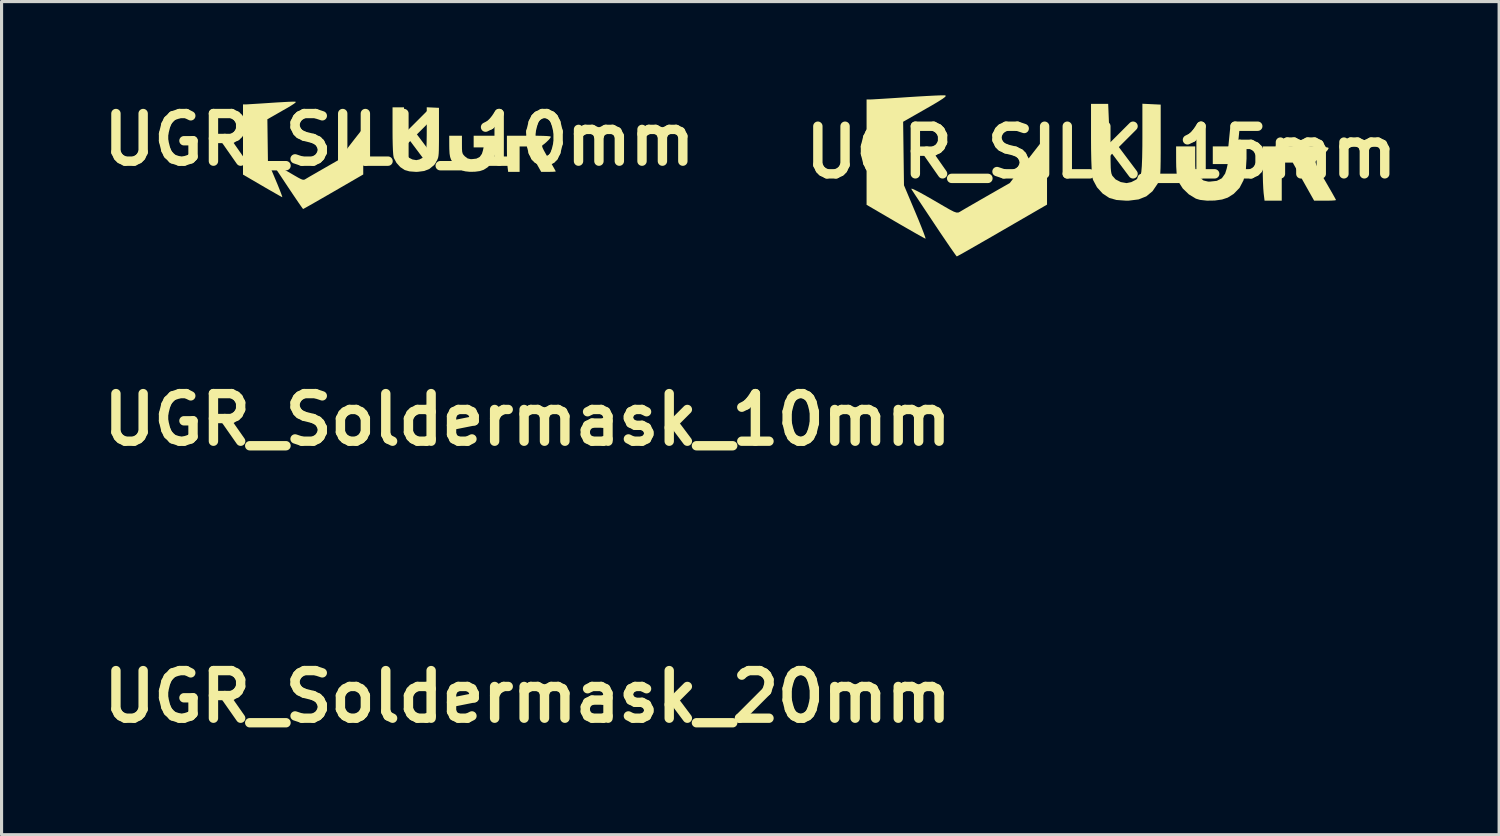
<source format=kicad_pcb>
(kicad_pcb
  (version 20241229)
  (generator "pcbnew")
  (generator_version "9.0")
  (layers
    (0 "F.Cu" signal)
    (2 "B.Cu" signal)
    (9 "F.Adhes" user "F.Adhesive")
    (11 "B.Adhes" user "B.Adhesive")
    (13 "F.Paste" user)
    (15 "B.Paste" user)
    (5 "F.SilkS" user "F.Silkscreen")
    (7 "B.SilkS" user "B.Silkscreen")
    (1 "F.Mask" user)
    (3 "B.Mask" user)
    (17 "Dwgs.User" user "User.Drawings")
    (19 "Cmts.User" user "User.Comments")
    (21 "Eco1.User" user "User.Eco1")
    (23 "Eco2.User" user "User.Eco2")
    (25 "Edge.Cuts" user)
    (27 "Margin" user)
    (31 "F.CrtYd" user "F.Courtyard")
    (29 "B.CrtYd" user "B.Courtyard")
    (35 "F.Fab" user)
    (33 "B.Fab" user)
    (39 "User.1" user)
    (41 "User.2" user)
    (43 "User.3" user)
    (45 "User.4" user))
  (footprint "UGR_Soldermask_10mm"
    (layer "F.Cu")
    (at 13.832 10.381)
    (property "Reference" "UGR_Soldermask_10mm" (at 0 0 0) (layer "F.SilkS") (effects (font (size 1.524 1.524) (thickness 0.3))))
    (attr board_only exclude_from_pos_files exclude_from_bom)
    (fp_poly (pts (xy 3.98 -1.027) (xy 4.179 -1.023) (xy 4.326 -1.017) (xy 4.431 -1.01) (xy 4.507 -0.999) (xy 4.562 -0.983) (xy 4.609 -0.961) (xy 4.636 -0.945) (xy 4.773 -0.824) (xy 4.866 -0.664) (xy 4.896 -0.555) (xy 4.918 -0.438) (xy 4.715 -0.438) (xy 4.604 -0.44) (xy 4.541 -0.449) (xy 4.509 -0.47) (xy 4.493 -0.51) (xy 4.491 -0.517) (xy 4.458 -0.581) (xy 4.391 -0.623) (xy 4.281 -0.648) (xy 4.119 -0.657) (xy 4.08 -0.657) (xy 3.848 -0.657) (xy 3.848 -0.438) (xy 3.441 -0.438) (xy 3.441 -1.037)) (stroke (width 0) (type solid)) (fill yes) (layer "F.Mask"))
    (fp_poly (pts (xy -2.395 -1.825) (xy -2.189 -1.706) (xy -1.984 -1.588) (xy -1.792 -1.478) (xy -1.624 -1.381) (xy -1.492 -1.305) (xy -1.435 -1.272) (xy -1.164 -1.117) (xy -1.391 -0.645) (xy -1.482 -0.455) (xy -1.579 -0.257) (xy -1.672 -0.068) (xy -1.751 0.091) (xy -1.776 0.141) (xy -1.936 0.454) (xy -1.938 -0.099) (xy -1.939 -0.652) (xy -2.512 -0.982) (xy -3.085 -1.313) (xy -3.678 -1.392) (xy -3.865 -1.417) (xy -4.033 -1.44) (xy -4.171 -1.459) (xy -4.268 -1.472) (xy -4.314 -1.479) (xy -4.315 -1.479) (xy -4.302 -1.495) (xy -4.241 -1.539) (xy -4.14 -1.604) (xy -4.005 -1.688) (xy -3.843 -1.785) (xy -3.723 -1.855) (xy -3.086 -2.223)) (stroke (width 0) (type solid)) (fill yes) (layer "F.Mask"))
    (fp_poly (pts (xy 2.448 -1.024) (xy 2.607 -0.988) (xy 2.747 -0.912) (xy 2.821 -0.851) (xy 2.945 -0.718) (xy 3.025 -0.575) (xy 3.048 -0.508) (xy 3.056 -0.471) (xy 3.043 -0.449) (xy 2.996 -0.44) (xy 2.901 -0.438) (xy 2.867 -0.438) (xy 2.752 -0.441) (xy 2.677 -0.454) (xy 2.621 -0.485) (xy 2.57 -0.532) (xy 2.494 -0.594) (xy 2.415 -0.621) (xy 2.33 -0.626) (xy 2.225 -0.617) (xy 2.15 -0.583) (xy 2.091 -0.532) (xy 2.033 -0.48) (xy 1.975 -0.452) (xy 1.897 -0.44) (xy 1.794 -0.438) (xy 1.685 -0.439) (xy 1.627 -0.446) (xy 1.605 -0.464) (xy 1.609 -0.496) (xy 1.612 -0.508) (xy 1.69 -0.683) (xy 1.806 -0.838) (xy 1.902 -0.92) (xy 1.993 -0.976) (xy 2.084 -1.008) (xy 2.202 -1.024) (xy 2.251 -1.027)) (stroke (width 0) (type solid)) (fill yes) (layer "F.Mask")))
  (footprint "UGR_SILK_15mm"
    (layer "F.Cu")
    (at 32.196 1.824)
    (property "Reference" "UGR_SILK_15mm" (at 0 0 0) (layer "F.SilkS") (effects (font (size 1.524 1.524) (thickness 0.3))))
    (attr board_only exclude_from_pos_files exclude_from_bom)
    (fp_poly (pts (xy -5.002 -1.822) (xy -4.975 -1.808) (xy -4.998 -1.773) (xy -5.077 -1.713) (xy -5.22 -1.622) (xy -5.434 -1.495) (xy -5.613 -1.393) (xy -6.342 -0.977) (xy -6.315 1.056) (xy -5.954 1.913) (xy -5.845 2.174) (xy -5.753 2.403) (xy -5.682 2.586) (xy -5.637 2.711) (xy -5.624 2.765) (xy -5.625 2.766) (xy -5.673 2.742) (xy -5.791 2.678) (xy -5.965 2.579) (xy -6.185 2.453) (xy -6.439 2.307) (xy -6.585 2.222) (xy -7.512 1.681) (xy -7.512 -1.69) (xy -7.407 -1.69) (xy -7.331 -1.693) (xy -7.177 -1.702) (xy -6.958 -1.715) (xy -6.689 -1.732) (xy -6.386 -1.752) (xy -6.21 -1.764) (xy -5.893 -1.784) (xy -5.602 -1.801) (xy -5.352 -1.814) (xy -5.158 -1.822) (xy -5.034 -1.824)) (stroke (width 0) (type solid)) (fill yes) (layer "F.SilkS"))
    (fp_poly (pts (xy 3.005 0.238) (xy 3.006 0.442) (xy 3.015 0.577) (xy 3.038 0.666) (xy 3.079 0.734) (xy 3.142 0.802) (xy 3.271 0.902) (xy 3.416 0.937) (xy 3.468 0.939) (xy 3.698 0.914) (xy 3.858 0.831) (xy 3.963 0.682) (xy 4.012 0.527) (xy 4.045 0.376) (xy 3.568 0.376) (xy 3.568 -0.188) (xy 4.648 -0.188) (xy 4.648 0.203) (xy 4.625 0.584) (xy 4.552 0.893) (xy 4.424 1.139) (xy 4.237 1.331) (xy 4.046 1.451) (xy 3.865 1.511) (xy 3.631 1.544) (xy 3.383 1.548) (xy 3.158 1.523) (xy 3.028 1.484) (xy 2.803 1.347) (xy 2.608 1.159) (xy 2.483 0.964) (xy 2.438 0.837) (xy 2.411 0.677) (xy 2.398 0.462) (xy 2.395 0.293) (xy 2.394 -0.188) (xy 3.005 -0.188)) (stroke (width 0) (type solid)) (fill yes) (layer "F.SilkS"))
    (fp_poly (pts (xy 6.603 -0.186) (xy 6.895 -0.181) (xy 7.101 -0.171) (xy 7.227 -0.158) (xy 7.276 -0.14) (xy 7.277 -0.136) (xy 7.245 -0.074) (xy 7.162 0.022) (xy 7.055 0.128) (xy 6.945 0.22) (xy 6.889 0.258) (xy 6.862 0.284) (xy 6.858 0.327) (xy 6.881 0.401) (xy 6.939 0.518) (xy 7.034 0.691) (xy 7.16 0.907) (xy 7.283 1.12) (xy 7.388 1.302) (xy 7.465 1.439) (xy 7.507 1.517) (xy 7.512 1.529) (xy 7.469 1.539) (xy 7.355 1.546) (xy 7.193 1.549) (xy 7.162 1.549) (xy 6.812 1.549) (xy 6.469 0.939) (xy 6.127 0.329) (xy 5.951 0.329) (xy 5.775 0.329) (xy 5.775 1.549) (xy 5.225 1.549) (xy 5.195 1.303) (xy 5.184 1.16) (xy 5.174 0.951) (xy 5.168 0.703) (xy 5.165 0.444) (xy 5.165 0.434) (xy 5.165 -0.188) (xy 6.221 -0.188)) (stroke (width 0) (type solid)) (fill yes) (layer "F.SilkS"))
    (fp_poly (pts (xy -1.752 -0.472) (xy -1.747 -0.346) (xy -1.742 -0.152) (xy -1.739 0.096) (xy -1.737 0.386) (xy -1.737 0.579) (xy -1.737 1.675) (xy -3.17 2.504) (xy -3.503 2.697) (xy -3.81 2.873) (xy -4.081 3.029) (xy -4.308 3.158) (xy -4.48 3.255) (xy -4.589 3.315) (xy -4.625 3.333) (xy -4.656 3.296) (xy -4.731 3.19) (xy -4.845 3.027) (xy -4.989 2.815) (xy -5.158 2.566) (xy -5.343 2.289) (xy -5.343 2.289) (xy -5.53 2.008) (xy -5.701 1.751) (xy -5.849 1.528) (xy -5.966 1.351) (xy -6.045 1.23) (xy -6.079 1.177) (xy -6.07 1.162) (xy -6 1.188) (xy -5.865 1.255) (xy -5.661 1.366) (xy -5.384 1.524) (xy -5.048 1.72) (xy -4.854 1.831) (xy -4.722 1.899) (xy -4.635 1.929) (xy -4.575 1.928) (xy -4.531 1.907) (xy -4.461 1.865) (xy -4.325 1.785) (xy -4.136 1.676) (xy -3.911 1.546) (xy -3.683 1.415) (xy -2.928 0.983) (xy -2.354 0.233) (xy -2.178 0.006) (xy -2.022 -0.194) (xy -1.895 -0.355) (xy -1.804 -0.466) (xy -1.76 -0.515) (xy -1.758 -0.516)) (stroke (width 0) (type solid)) (fill yes) (layer "F.SilkS"))
    (fp_poly (pts (xy 1.901 -1.526) (xy 1.901 -0.352) (xy 1.901 0.012) (xy 1.899 0.295) (xy 1.895 0.51) (xy 1.888 0.669) (xy 1.876 0.784) (xy 1.859 0.87) (xy 1.836 0.937) (xy 1.806 0.999) (xy 1.8 1.009) (xy 1.639 1.246) (xy 1.44 1.41) (xy 1.193 1.508) (xy 0.882 1.547) (xy 0.788 1.548) (xy 0.485 1.526) (xy 0.257 1.461) (xy 0.255 1.46) (xy 0.044 1.321) (xy -0.138 1.12) (xy -0.261 0.89) (xy -0.275 0.849) (xy -0.294 0.734) (xy -0.309 0.533) (xy -0.32 0.255) (xy -0.327 -0.093) (xy -0.329 -0.44) (xy -0.329 -1.549) (xy 0.22 -1.549) (xy 0.251 -0.81) (xy 0.262 -0.523) (xy 0.271 -0.237) (xy 0.278 0.019) (xy 0.281 0.218) (xy 0.282 0.272) (xy 0.293 0.5) (xy 0.324 0.678) (xy 0.351 0.748) (xy 0.458 0.868) (xy 0.623 0.953) (xy 0.809 0.986) (xy 0.81 0.986) (xy 0.961 0.954) (xy 1.115 0.875) (xy 1.232 0.77) (xy 1.261 0.723) (xy 1.281 0.627) (xy 1.297 0.44) (xy 1.308 0.163) (xy 1.314 -0.2) (xy 1.315 -0.474) (xy 1.315 -1.554)) (stroke (width 0) (type solid)) (fill yes) (layer "F.SilkS")))
  (footprint "UGR_SILK_10mm"
    (layer "F.Cu")
    (at 9.732 1.418)
    (property "Reference" "UGR_SILK_10mm" (at 0 0 0) (layer "F.SilkS") (effects (font (size 1.524 1.524) (thickness 0.3))))
    (attr board_only exclude_from_pos_files exclude_from_bom)
    (fp_poly (pts (xy -3.332 -1.214) (xy -3.315 -1.204) (xy -3.33 -1.181) (xy -3.383 -1.141) (xy -3.478 -1.08) (xy -3.62 -0.996) (xy -3.74 -0.928) (xy -4.225 -0.651) (xy -4.207 0.704) (xy -3.967 1.275) (xy -3.894 1.449) (xy -3.833 1.601) (xy -3.786 1.723) (xy -3.756 1.806) (xy -3.747 1.842) (xy -3.748 1.843) (xy -3.78 1.827) (xy -3.858 1.784) (xy -3.974 1.718) (xy -4.121 1.634) (xy -4.29 1.537) (xy -4.387 1.48) (xy -5.005 1.12) (xy -5.005 -1.126) (xy -4.935 -1.126) (xy -4.884 -1.128) (xy -4.781 -1.134) (xy -4.636 -1.143) (xy -4.457 -1.154) (xy -4.255 -1.167) (xy -4.138 -1.175) (xy -3.926 -1.189) (xy -3.733 -1.2) (xy -3.566 -1.209) (xy -3.436 -1.214) (xy -3.354 -1.215)) (stroke (width 0) (type solid)) (fill yes) (layer "F.SilkS"))
    (fp_poly (pts (xy 2.002 0.159) (xy 2.003 0.295) (xy 2.009 0.384) (xy 2.024 0.444) (xy 2.051 0.489) (xy 2.093 0.534) (xy 2.18 0.601) (xy 2.276 0.625) (xy 2.311 0.626) (xy 2.464 0.609) (xy 2.571 0.554) (xy 2.641 0.455) (xy 2.673 0.351) (xy 2.695 0.25) (xy 2.377 0.25) (xy 2.377 -0.125) (xy 3.097 -0.125) (xy 3.097 0.135) (xy 3.081 0.389) (xy 3.033 0.595) (xy 2.948 0.759) (xy 2.823 0.887) (xy 2.696 0.967) (xy 2.575 1.007) (xy 2.419 1.028) (xy 2.254 1.031) (xy 2.104 1.015) (xy 2.018 0.989) (xy 1.867 0.898) (xy 1.738 0.772) (xy 1.654 0.643) (xy 1.624 0.557) (xy 1.606 0.451) (xy 1.598 0.308) (xy 1.596 0.196) (xy 1.595 -0.125) (xy 2.002 -0.125)) (stroke (width 0) (type solid)) (fill yes) (layer "F.SilkS"))
    (fp_poly (pts (xy 4.399 -0.124) (xy 4.594 -0.12) (xy 4.731 -0.114) (xy 4.815 -0.105) (xy 4.848 -0.093) (xy 4.849 -0.091) (xy 4.827 -0.049) (xy 4.772 0.015) (xy 4.7 0.085) (xy 4.627 0.147) (xy 4.59 0.172) (xy 4.572 0.189) (xy 4.569 0.218) (xy 4.585 0.267) (xy 4.623 0.345) (xy 4.687 0.46) (xy 4.77 0.604) (xy 4.853 0.746) (xy 4.922 0.867) (xy 4.974 0.959) (xy 5.002 1.011) (xy 5.005 1.019) (xy 4.976 1.025) (xy 4.9 1.03) (xy 4.792 1.032) (xy 4.772 1.032) (xy 4.538 1.032) (xy 4.082 0.219) (xy 3.965 0.219) (xy 3.848 0.219) (xy 3.848 1.032) (xy 3.481 1.032) (xy 3.461 0.868) (xy 3.454 0.773) (xy 3.447 0.633) (xy 3.443 0.468) (xy 3.441 0.296) (xy 3.441 0.289) (xy 3.441 -0.125) (xy 4.145 -0.125)) (stroke (width 0) (type solid)) (fill yes) (layer "F.SilkS"))
    (fp_poly (pts (xy -1.167 -0.314) (xy -1.164 -0.231) (xy -1.161 -0.102) (xy -1.159 0.064) (xy -1.158 0.257) (xy -1.157 0.386) (xy -1.157 1.116) (xy -2.112 1.669) (xy -2.334 1.797) (xy -2.538 1.914) (xy -2.719 2.018) (xy -2.87 2.104) (xy -2.985 2.169) (xy -3.058 2.209) (xy -3.081 2.221) (xy -3.102 2.196) (xy -3.152 2.126) (xy -3.228 2.017) (xy -3.324 1.876) (xy -3.436 1.71) (xy -3.56 1.525) (xy -3.56 1.525) (xy -3.684 1.338) (xy -3.798 1.166) (xy -3.897 1.018) (xy -3.975 0.9) (xy -4.028 0.819) (xy -4.05 0.784) (xy -4.044 0.774) (xy -3.998 0.791) (xy -3.907 0.836) (xy -3.772 0.91) (xy -3.587 1.015) (xy -3.363 1.146) (xy -3.234 1.22) (xy -3.146 1.265) (xy -3.088 1.285) (xy -3.048 1.284) (xy -3.019 1.271) (xy -2.972 1.243) (xy -2.881 1.189) (xy -2.756 1.117) (xy -2.606 1.03) (xy -2.454 0.943) (xy -1.951 0.655) (xy -1.568 0.155) (xy -1.451 0.004) (xy -1.347 -0.129) (xy -1.262 -0.236) (xy -1.202 -0.31) (xy -1.173 -0.343) (xy -1.171 -0.344)) (stroke (width 0) (type solid)) (fill yes) (layer "F.SilkS"))
    (fp_poly (pts (xy 1.267 -1.017) (xy 1.267 -0.235) (xy 1.267 0.008) (xy 1.265 0.197) (xy 1.263 0.34) (xy 1.258 0.446) (xy 1.25 0.523) (xy 1.239 0.579) (xy 1.223 0.624) (xy 1.203 0.666) (xy 1.2 0.673) (xy 1.092 0.83) (xy 0.96 0.939) (xy 0.795 1.004) (xy 0.588 1.031) (xy 0.525 1.032) (xy 0.323 1.017) (xy 0.171 0.974) (xy 0.17 0.973) (xy 0.029 0.88) (xy -0.092 0.746) (xy -0.174 0.593) (xy -0.183 0.565) (xy -0.196 0.489) (xy -0.206 0.355) (xy -0.213 0.17) (xy -0.218 -0.062) (xy -0.219 -0.293) (xy -0.219 -1.032) (xy 0.147 -1.032) (xy 0.167 -0.54) (xy 0.174 -0.348) (xy 0.181 -0.158) (xy 0.185 0.012) (xy 0.187 0.145) (xy 0.188 0.181) (xy 0.195 0.333) (xy 0.216 0.452) (xy 0.234 0.499) (xy 0.305 0.578) (xy 0.415 0.635) (xy 0.539 0.657) (xy 0.54 0.657) (xy 0.64 0.636) (xy 0.743 0.583) (xy 0.821 0.513) (xy 0.84 0.482) (xy 0.854 0.418) (xy 0.864 0.293) (xy 0.871 0.109) (xy 0.875 -0.133) (xy 0.876 -0.316) (xy 0.876 -1.035)) (stroke (width 0) (type solid)) (fill yes) (layer "F.SilkS")))
  (footprint "UGR_Soldermask_20mm"
    (layer "F.Cu")
    (at 13.832 19.246)
    (property "Reference" "UGR_Soldermask_20mm" (at 0 0 0) (layer "F.SilkS") (effects (font (size 1.524 1.524) (thickness 0.3))))
    (attr board_only exclude_from_pos_files exclude_from_bom)
    (fp_poly (pts (xy 7.961 -2.054) (xy 8.358 -2.045) (xy 8.651 -2.035) (xy 8.862 -2.02) (xy 9.013 -1.998) (xy 9.124 -1.966) (xy 9.218 -1.921) (xy 9.272 -1.889) (xy 9.546 -1.647) (xy 9.731 -1.328) (xy 9.793 -1.11) (xy 9.836 -0.876) (xy 9.429 -0.876) (xy 9.209 -0.879) (xy 9.082 -0.897) (xy 9.019 -0.94) (xy 8.986 -1.02) (xy 8.983 -1.034) (xy 8.916 -1.161) (xy 8.782 -1.246) (xy 8.562 -1.295) (xy 8.239 -1.313) (xy 8.16 -1.314) (xy 7.695 -1.314) (xy 7.695 -0.876) (xy 6.882 -0.876) (xy 6.882 -2.075)) (stroke (width 0) (type solid)) (fill yes) (layer "F.Mask"))
    (fp_poly (pts (xy -4.791 -3.651) (xy -4.378 -3.413) (xy -3.968 -3.177) (xy -3.584 -2.955) (xy -3.248 -2.762) (xy -2.984 -2.61) (xy -2.869 -2.544) (xy -2.329 -2.234) (xy -2.781 -1.289) (xy -2.964 -0.911) (xy -3.157 -0.514) (xy -3.343 -0.136) (xy -3.503 0.183) (xy -3.553 0.282) (xy -3.872 0.907) (xy -3.876 -0.198) (xy -3.879 -1.303) (xy -5.025 -1.965) (xy -6.171 -2.626) (xy -7.355 -2.784) (xy -7.731 -2.835) (xy -8.067 -2.88) (xy -8.342 -2.917) (xy -8.537 -2.944) (xy -8.629 -2.957) (xy -8.63 -2.957) (xy -8.604 -2.991) (xy -8.483 -3.078) (xy -8.28 -3.209) (xy -8.01 -3.376) (xy -7.685 -3.57) (xy -7.446 -3.709) (xy -6.172 -4.447)) (stroke (width 0) (type solid)) (fill yes) (layer "F.Mask"))
    (fp_poly (pts (xy 4.896 -2.049) (xy 5.215 -1.976) (xy 5.493 -1.824) (xy 5.643 -1.702) (xy 5.89 -1.436) (xy 6.049 -1.15) (xy 6.096 -1.017) (xy 6.112 -0.941) (xy 6.086 -0.899) (xy 5.991 -0.88) (xy 5.803 -0.876) (xy 5.733 -0.876) (xy 5.503 -0.882) (xy 5.354 -0.909) (xy 5.242 -0.97) (xy 5.14 -1.064) (xy 4.989 -1.188) (xy 4.829 -1.242) (xy 4.661 -1.251) (xy 4.451 -1.234) (xy 4.299 -1.166) (xy 4.182 -1.064) (xy 4.066 -0.96) (xy 3.951 -0.903) (xy 3.794 -0.88) (xy 3.588 -0.876) (xy 3.371 -0.878) (xy 3.253 -0.892) (xy 3.211 -0.927) (xy 3.218 -0.993) (xy 3.224 -1.017) (xy 3.38 -1.366) (xy 3.613 -1.675) (xy 3.803 -1.841) (xy 3.985 -1.952) (xy 4.167 -2.015) (xy 4.404 -2.047) (xy 4.501 -2.054)) (stroke (width 0) (type solid)) (fill yes) (layer "F.Mask")))
  (gr_rect
    (start -3 -3)
    (end 44.928 23.664)
    (stroke (width 0.1) (type default))
    (fill no)
    (layer "Edge.Cuts")))
</source>
